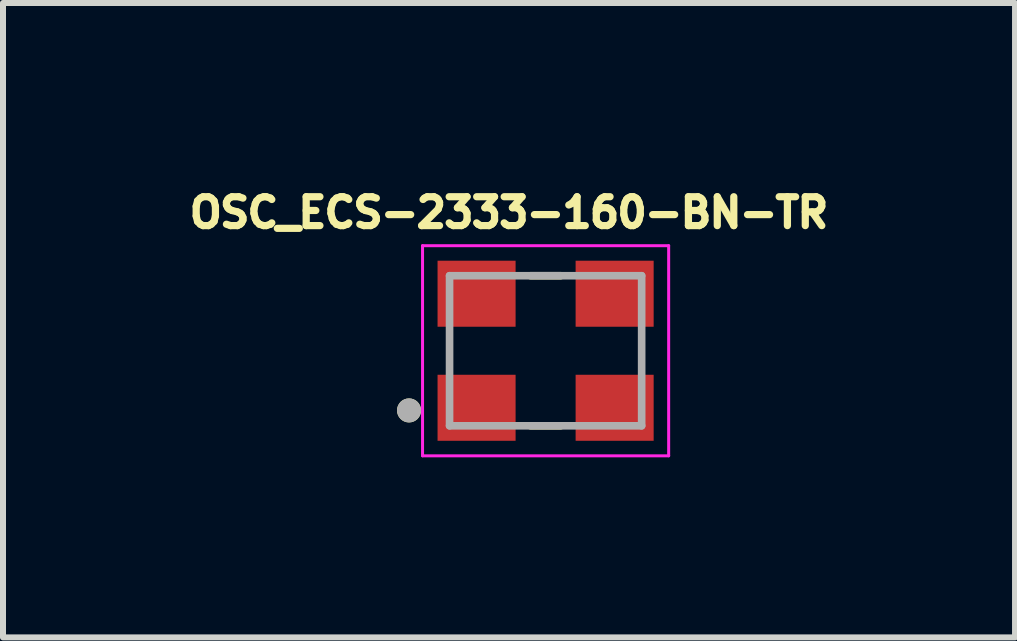
<source format=kicad_pcb>
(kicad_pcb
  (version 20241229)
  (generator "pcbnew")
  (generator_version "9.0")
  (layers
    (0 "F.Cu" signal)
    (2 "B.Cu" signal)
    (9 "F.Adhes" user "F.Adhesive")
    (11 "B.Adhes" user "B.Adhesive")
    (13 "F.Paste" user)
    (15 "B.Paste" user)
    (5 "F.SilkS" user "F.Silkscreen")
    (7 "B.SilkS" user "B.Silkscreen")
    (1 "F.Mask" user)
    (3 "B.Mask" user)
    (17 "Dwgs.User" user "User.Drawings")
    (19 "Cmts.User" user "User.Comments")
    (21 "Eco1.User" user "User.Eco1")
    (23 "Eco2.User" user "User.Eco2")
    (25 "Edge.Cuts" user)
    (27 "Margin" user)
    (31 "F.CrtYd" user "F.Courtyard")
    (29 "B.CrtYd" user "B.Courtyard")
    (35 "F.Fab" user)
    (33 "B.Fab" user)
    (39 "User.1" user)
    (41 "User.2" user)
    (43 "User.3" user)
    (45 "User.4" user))
  (footprint "OSC_ECS-2333-160-BN-TR"
    (layer "F.Cu")
    (at 6.039 2.793)
    (property "Reference" "OSC_ECS-2333-160-BN-TR" (at -0.61 -2.301 0) (layer "F.SilkS") (effects (font (size 0.481 0.481) (thickness 0.15))))
    (attr smd)
    (fp_line (start -0.25 -1.25) (end 0.25 -1.25) (stroke (width 0.127) (type solid)) (layer "F.SilkS"))
    (fp_line (start -0.25 1.25) (end 0.25 1.25) (stroke (width 0.127) (type solid)) (layer "F.SilkS"))
    (fp_circle (center -2.275 0.994) (end -2.175 0.994) (stroke (width 0.2) (type solid)) (fill no) (layer "F.SilkS"))
    (fp_line (start -2.05 -1.75) (end 2.05 -1.75) (stroke (width 0.05) (type solid)) (layer "F.CrtYd"))
    (fp_line (start -2.05 1.75) (end -2.05 -1.75) (stroke (width 0.05) (type solid)) (layer "F.CrtYd"))
    (fp_line (start 2.05 -1.75) (end 2.05 1.75) (stroke (width 0.05) (type solid)) (layer "F.CrtYd"))
    (fp_line (start 2.05 1.75) (end -2.05 1.75) (stroke (width 0.05) (type solid)) (layer "F.CrtYd"))
    (fp_line (start -1.6 -1.25) (end 1.6 -1.25) (stroke (width 0.127) (type solid)) (layer "F.Fab"))
    (fp_line (start -1.6 1.25) (end -1.6 -1.25) (stroke (width 0.127) (type solid)) (layer "F.Fab"))
    (fp_line (start 1.6 -1.25) (end 1.6 1.25) (stroke (width 0.127) (type solid)) (layer "F.Fab"))
    (fp_line (start 1.6 1.25) (end -1.6 1.25) (stroke (width 0.127) (type solid)) (layer "F.Fab"))
    (fp_circle (center -2.275 0.994) (end -2.175 0.994) (stroke (width 0.2) (type solid)) (fill no) (layer "F.Fab"))
    (pad "1" smd rect (at -1.15 0.95) (size 1.3 1.1) (layers "F.Cu" "F.Mask" "F.Paste"))
    (pad "2" smd rect (at 1.15 0.95) (size 1.3 1.1) (layers "F.Cu" "F.Mask" "F.Paste"))
    (pad "3" smd rect (at 1.15 -0.95) (size 1.3 1.1) (layers "F.Cu" "F.Mask" "F.Paste"))
    (pad "4" smd rect (at -1.15 -0.95) (size 1.3 1.1) (layers "F.Cu" "F.Mask" "F.Paste")))
  (gr_rect
    (start -3 -3)
    (end 13.859 7.568)
    (stroke (width 0.1) (type default))
    (fill no)
    (layer "Edge.Cuts")))
</source>
